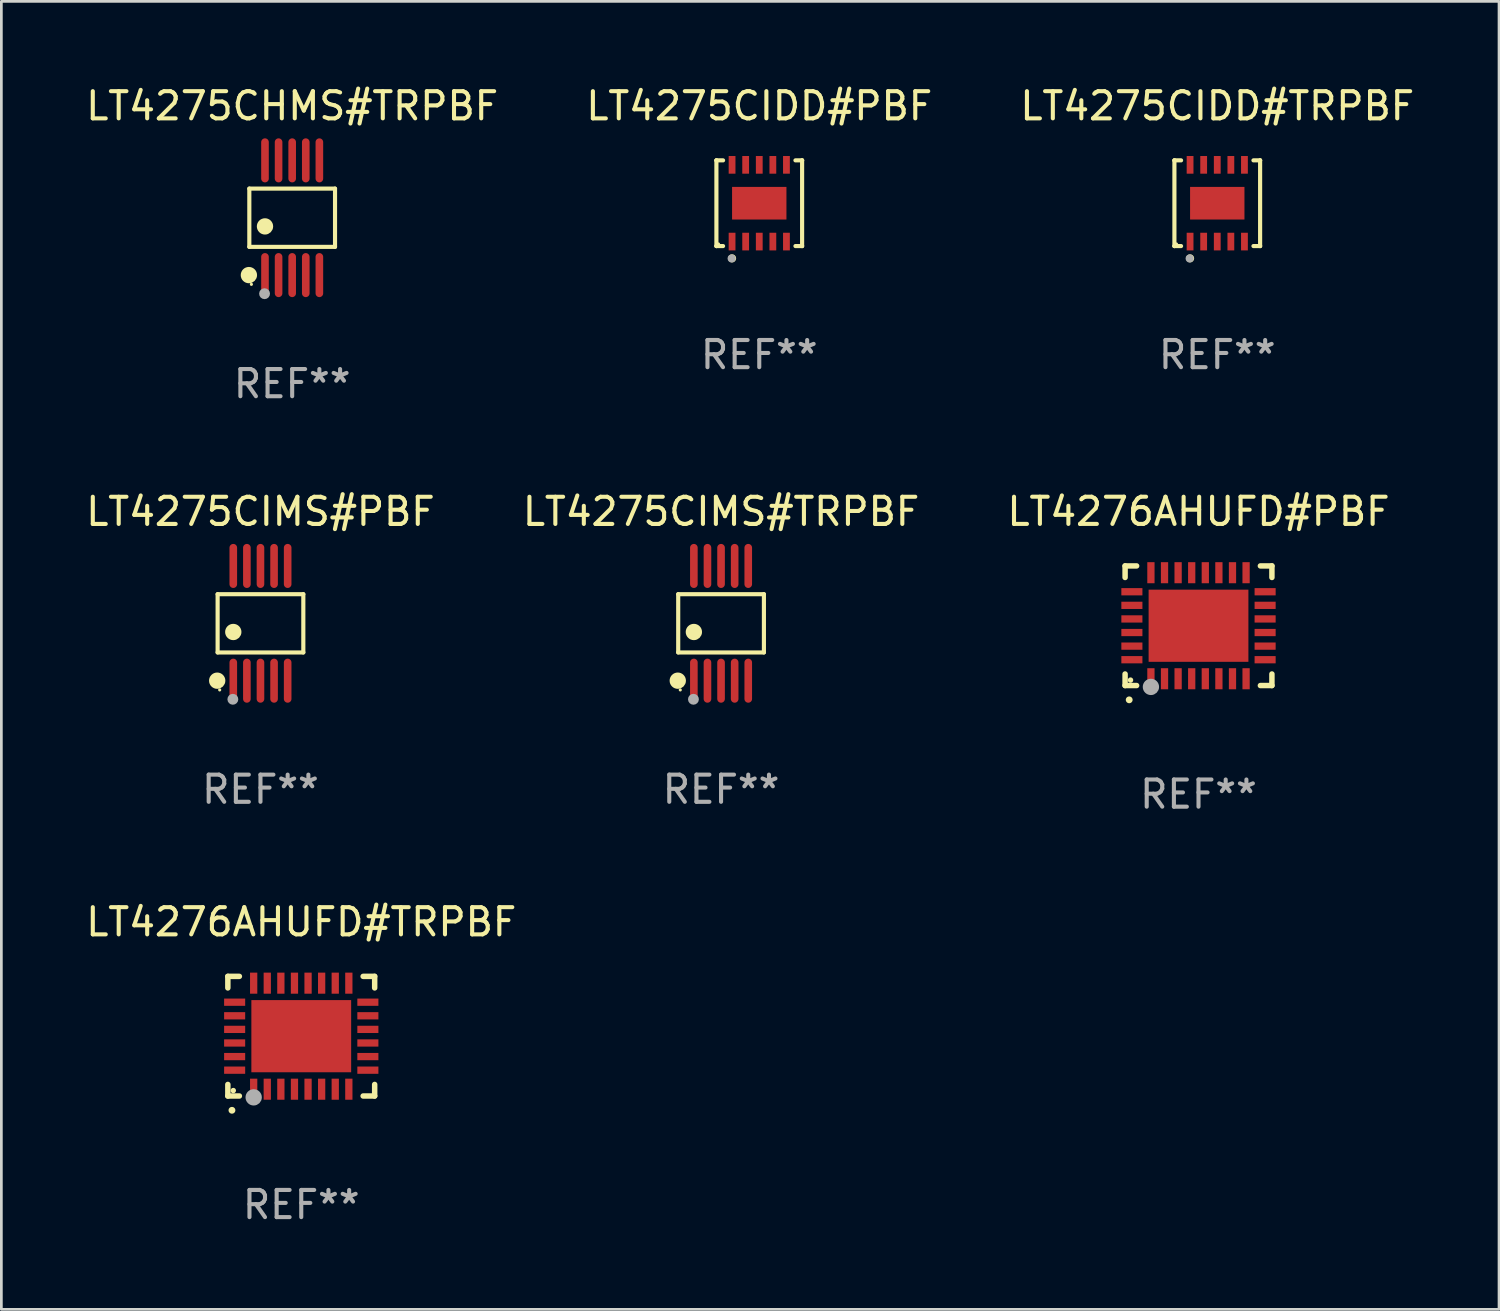
<source format=kicad_pcb>
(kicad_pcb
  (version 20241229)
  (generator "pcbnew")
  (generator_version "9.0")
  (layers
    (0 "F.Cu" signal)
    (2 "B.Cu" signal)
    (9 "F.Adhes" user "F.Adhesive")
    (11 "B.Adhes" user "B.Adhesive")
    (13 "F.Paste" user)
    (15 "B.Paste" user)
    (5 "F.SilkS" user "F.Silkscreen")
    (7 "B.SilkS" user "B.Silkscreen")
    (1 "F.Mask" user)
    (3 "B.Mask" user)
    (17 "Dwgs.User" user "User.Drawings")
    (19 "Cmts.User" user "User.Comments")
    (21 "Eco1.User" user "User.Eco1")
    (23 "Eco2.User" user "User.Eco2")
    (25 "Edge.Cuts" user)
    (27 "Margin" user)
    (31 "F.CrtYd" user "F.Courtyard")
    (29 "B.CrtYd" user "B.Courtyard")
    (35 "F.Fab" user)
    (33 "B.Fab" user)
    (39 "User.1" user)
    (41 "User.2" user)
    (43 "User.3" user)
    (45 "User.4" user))
  (footprint "LT4276AHUFD#TRPBF"
    (layer "F.Cu")
    (at 8.03 35.06)
    (property "Reference" "LT4276AHUFD#TRPBF" (at 0 -4.2 0) (layer "F.SilkS") (effects (font (size 1 1) (thickness 0.15))))
    (attr through_hole)
    (fp_line (start -2.7 -2.2) (end -2.276 -2.2) (stroke (width 0.201) (type solid)) (layer "F.SilkS"))
    (fp_line (start -2.7 -1.775) (end -2.7 -2.2) (stroke (width 0.201) (type solid)) (layer "F.SilkS"))
    (fp_line (start -2.7 2.2) (end -2.7 1.775) (stroke (width 0.201) (type solid)) (layer "F.SilkS"))
    (fp_line (start -2.276 2.2) (end -2.7 2.2) (stroke (width 0.201) (type solid)) (layer "F.SilkS"))
    (fp_line (start 2.276 2.2) (end 2.7 2.2) (stroke (width 0.201) (type solid)) (layer "F.SilkS"))
    (fp_line (start 2.7 -2.2) (end 2.276 -2.2) (stroke (width 0.201) (type solid)) (layer "F.SilkS"))
    (fp_line (start 2.7 -1.775) (end 2.7 -2.2) (stroke (width 0.201) (type solid)) (layer "F.SilkS"))
    (fp_line (start 2.7 2.2) (end 2.7 1.775) (stroke (width 0.201) (type solid)) (layer "F.SilkS"))
    (fp_arc (start -2.550165 2.725425) (mid -2.548895 2.725419) (end -2.547625 2.725425) (stroke (width 0.24892) (type solid)) (layer "F.SilkS"))
    (fp_circle (center -2.5 2) (end -2.45 2) (stroke (width 0.1) (type solid)) (fill no) (layer "F.SilkS"))
    (fp_circle (center -1.75 2.25) (end -1.6 2.25) (stroke (width 0.3) (type solid)) (fill no) (layer "F.Fab"))
    (fp_text user "REF**" (at 0 6.2 0) (layer "F.Fab") (effects (font (size 1 1) (thickness 0.15))))
    (pad "1" smd rect (at -1.75 1.95) (size 0.267 0.775) (layers "F.Cu" "F.Mask" "F.Paste"))
    (pad "2" smd rect (at -1.25 1.95) (size 0.267 0.775) (layers "F.Cu" "F.Mask" "F.Paste"))
    (pad "3" smd rect (at -0.75 1.95) (size 0.267 0.775) (layers "F.Cu" "F.Mask" "F.Paste"))
    (pad "4" smd rect (at -0.25 1.95) (size 0.267 0.775) (layers "F.Cu" "F.Mask" "F.Paste"))
    (pad "5" smd rect (at 0.25 1.95) (size 0.267 0.775) (layers "F.Cu" "F.Mask" "F.Paste"))
    (pad "6" smd rect (at 0.75 1.95) (size 0.267 0.775) (layers "F.Cu" "F.Mask" "F.Paste"))
    (pad "7" smd rect (at 1.25 1.95) (size 0.267 0.775) (layers "F.Cu" "F.Mask" "F.Paste"))
    (pad "8" smd rect (at 1.75 1.95) (size 0.267 0.775) (layers "F.Cu" "F.Mask" "F.Paste"))
    (pad "9" smd rect (at 2.45 1.25) (size 0.775 0.267) (layers "F.Cu" "F.Mask" "F.Paste"))
    (pad "10" smd rect (at 2.45 0.75) (size 0.775 0.267) (layers "F.Cu" "F.Mask" "F.Paste"))
    (pad "11" smd rect (at 2.45 0.25) (size 0.775 0.267) (layers "F.Cu" "F.Mask" "F.Paste"))
    (pad "12" smd rect (at 2.45 -0.25) (size 0.775 0.267) (layers "F.Cu" "F.Mask" "F.Paste"))
    (pad "13" smd rect (at 2.45 -0.75) (size 0.775 0.267) (layers "F.Cu" "F.Mask" "F.Paste"))
    (pad "14" smd rect (at 2.45 -1.25) (size 0.775 0.267) (layers "F.Cu" "F.Mask" "F.Paste"))
    (pad "15" smd rect (at 1.75 -1.95) (size 0.267 0.775) (layers "F.Cu" "F.Mask" "F.Paste"))
    (pad "16" smd rect (at 1.25 -1.95) (size 0.267 0.775) (layers "F.Cu" "F.Mask" "F.Paste"))
    (pad "17" smd rect (at 0.75 -1.95) (size 0.267 0.775) (layers "F.Cu" "F.Mask" "F.Paste"))
    (pad "18" smd rect (at 0.25 -1.95) (size 0.267 0.775) (layers "F.Cu" "F.Mask" "F.Paste"))
    (pad "19" smd rect (at -0.25 -1.95) (size 0.267 0.775) (layers "F.Cu" "F.Mask" "F.Paste"))
    (pad "20" smd rect (at -0.75 -1.95) (size 0.267 0.775) (layers "F.Cu" "F.Mask" "F.Paste"))
    (pad "21" smd rect (at -1.25 -1.95) (size 0.267 0.775) (layers "F.Cu" "F.Mask" "F.Paste"))
    (pad "22" smd rect (at -1.75 -1.95) (size 0.267 0.775) (layers "F.Cu" "F.Mask" "F.Paste"))
    (pad "23" smd rect (at -2.45 -1.25) (size 0.775 0.267) (layers "F.Cu" "F.Mask" "F.Paste"))
    (pad "24" smd rect (at -2.45 -0.75) (size 0.775 0.267) (layers "F.Cu" "F.Mask" "F.Paste"))
    (pad "25" smd rect (at -2.45 -0.25) (size 0.775 0.267) (layers "F.Cu" "F.Mask" "F.Paste"))
    (pad "26" smd rect (at -2.45 0.25) (size 0.775 0.267) (layers "F.Cu" "F.Mask" "F.Paste"))
    (pad "27" smd rect (at -2.45 0.75) (size 0.775 0.267) (layers "F.Cu" "F.Mask" "F.Paste"))
    (pad "28" smd rect (at -2.45 1.25) (size 0.775 0.267) (layers "F.Cu" "F.Mask" "F.Paste"))
    (pad "29" smd rect (at 0.000127 0.000127) (size 3.67 2.654) (layers "F.Cu" "F.Mask" "F.Paste")))
  (footprint "LT4275CHMS#TRPBF"
    (layer "F.Cu")
    (at 7.696 4.958)
    (property "Reference" "LT4275CHMS#TRPBF" (at 0 -4.11 0) (layer "F.SilkS") (effects (font (size 1 1) (thickness 0.15))))
    (attr through_hole)
    (fp_line (start -1.576 -1.071) (end 1.576 -1.071) (stroke (width 0.152) (type solid)) (layer "F.SilkS"))
    (fp_line (start -1.576 1.071) (end -1.576 -1.071) (stroke (width 0.152) (type solid)) (layer "F.SilkS"))
    (fp_line (start 1.576 -1.071) (end 1.576 1.071) (stroke (width 0.152) (type solid)) (layer "F.SilkS"))
    (fp_line (start 1.576 1.071) (end -1.576 1.071) (stroke (width 0.152) (type solid)) (layer "F.SilkS"))
    (fp_circle (center -1.592 2.11) (end -1.442 2.11) (stroke (width 0.3) (type solid)) (fill no) (layer "F.SilkS"))
    (fp_circle (center -1.5 2.45) (end -1.47 2.45) (stroke (width 0.06) (type solid)) (fill no) (layer "F.SilkS"))
    (fp_circle (center -1 0.319) (end -0.85 0.319) (stroke (width 0.3) (type solid)) (fill no) (layer "F.SilkS"))
    (fp_circle (center -1.016 2.794) (end -0.916 2.794) (stroke (width 0.2) (type solid)) (fill no) (layer "F.Fab"))
    (fp_text user "REF**" (at 0 6.11 0) (layer "F.Fab") (effects (font (size 1 1) (thickness 0.15))))
    (pad "1" smd oval (at -1 2.11) (size 0.28 1.62) (layers "F.Cu" "F.Mask" "F.Paste"))
    (pad "2" smd oval (at -0.5 2.11) (size 0.28 1.62) (layers "F.Cu" "F.Mask" "F.Paste"))
    (pad "3" smd oval (at 0 2.11) (size 0.28 1.62) (layers "F.Cu" "F.Mask" "F.Paste"))
    (pad "4" smd oval (at 0.5 2.11) (size 0.28 1.62) (layers "F.Cu" "F.Mask" "F.Paste"))
    (pad "5" smd oval (at 1 2.11) (size 0.28 1.62) (layers "F.Cu" "F.Mask" "F.Paste"))
    (pad "6" smd oval (at 1 -2.11) (size 0.28 1.62) (layers "F.Cu" "F.Mask" "F.Paste"))
    (pad "7" smd oval (at 0.5 -2.11) (size 0.28 1.62) (layers "F.Cu" "F.Mask" "F.Paste"))
    (pad "8" smd oval (at 0 -2.11) (size 0.28 1.62) (layers "F.Cu" "F.Mask" "F.Paste"))
    (pad "9" smd oval (at -0.5 -2.11) (size 0.28 1.62) (layers "F.Cu" "F.Mask" "F.Paste"))
    (pad "10" smd oval (at -1 -2.11) (size 0.28 1.62) (layers "F.Cu" "F.Mask" "F.Paste")))
  (footprint "LT4276AHUFD#PBF"
    (layer "F.Cu")
    (at 41.03 19.964)
    (property "Reference" "LT4276AHUFD#PBF" (at 0 -4.2 0) (layer "F.SilkS") (effects (font (size 1 1) (thickness 0.15))))
    (attr through_hole)
    (fp_line (start -2.7 -2.2) (end -2.276 -2.2) (stroke (width 0.201) (type solid)) (layer "F.SilkS"))
    (fp_line (start -2.7 -1.775) (end -2.7 -2.2) (stroke (width 0.201) (type solid)) (layer "F.SilkS"))
    (fp_line (start -2.7 2.2) (end -2.7 1.775) (stroke (width 0.201) (type solid)) (layer "F.SilkS"))
    (fp_line (start -2.276 2.2) (end -2.7 2.2) (stroke (width 0.201) (type solid)) (layer "F.SilkS"))
    (fp_line (start 2.276 2.2) (end 2.7 2.2) (stroke (width 0.201) (type solid)) (layer "F.SilkS"))
    (fp_line (start 2.7 -2.2) (end 2.276 -2.2) (stroke (width 0.201) (type solid)) (layer "F.SilkS"))
    (fp_line (start 2.7 -1.775) (end 2.7 -2.2) (stroke (width 0.201) (type solid)) (layer "F.SilkS"))
    (fp_line (start 2.7 2.2) (end 2.7 1.775) (stroke (width 0.201) (type solid)) (layer "F.SilkS"))
    (fp_arc (start -2.550165 2.725425) (mid -2.548895 2.725419) (end -2.547625 2.725425) (stroke (width 0.24892) (type solid)) (layer "F.SilkS"))
    (fp_circle (center -2.5 2) (end -2.45 2) (stroke (width 0.1) (type solid)) (fill no) (layer "F.SilkS"))
    (fp_circle (center -1.75 2.25) (end -1.6 2.25) (stroke (width 0.3) (type solid)) (fill no) (layer "F.Fab"))
    (fp_text user "REF**" (at 0 6.2 0) (layer "F.Fab") (effects (font (size 1 1) (thickness 0.15))))
    (pad "1" smd rect (at -1.75 1.95) (size 0.267 0.775) (layers "F.Cu" "F.Mask" "F.Paste"))
    (pad "2" smd rect (at -1.25 1.95) (size 0.267 0.775) (layers "F.Cu" "F.Mask" "F.Paste"))
    (pad "3" smd rect (at -0.75 1.95) (size 0.267 0.775) (layers "F.Cu" "F.Mask" "F.Paste"))
    (pad "4" smd rect (at -0.25 1.95) (size 0.267 0.775) (layers "F.Cu" "F.Mask" "F.Paste"))
    (pad "5" smd rect (at 0.25 1.95) (size 0.267 0.775) (layers "F.Cu" "F.Mask" "F.Paste"))
    (pad "6" smd rect (at 0.75 1.95) (size 0.267 0.775) (layers "F.Cu" "F.Mask" "F.Paste"))
    (pad "7" smd rect (at 1.25 1.95) (size 0.267 0.775) (layers "F.Cu" "F.Mask" "F.Paste"))
    (pad "8" smd rect (at 1.75 1.95) (size 0.267 0.775) (layers "F.Cu" "F.Mask" "F.Paste"))
    (pad "9" smd rect (at 2.45 1.25) (size 0.775 0.267) (layers "F.Cu" "F.Mask" "F.Paste"))
    (pad "10" smd rect (at 2.45 0.75) (size 0.775 0.267) (layers "F.Cu" "F.Mask" "F.Paste"))
    (pad "11" smd rect (at 2.45 0.25) (size 0.775 0.267) (layers "F.Cu" "F.Mask" "F.Paste"))
    (pad "12" smd rect (at 2.45 -0.25) (size 0.775 0.267) (layers "F.Cu" "F.Mask" "F.Paste"))
    (pad "13" smd rect (at 2.45 -0.75) (size 0.775 0.267) (layers "F.Cu" "F.Mask" "F.Paste"))
    (pad "14" smd rect (at 2.45 -1.25) (size 0.775 0.267) (layers "F.Cu" "F.Mask" "F.Paste"))
    (pad "15" smd rect (at 1.75 -1.95) (size 0.267 0.775) (layers "F.Cu" "F.Mask" "F.Paste"))
    (pad "16" smd rect (at 1.25 -1.95) (size 0.267 0.775) (layers "F.Cu" "F.Mask" "F.Paste"))
    (pad "17" smd rect (at 0.75 -1.95) (size 0.267 0.775) (layers "F.Cu" "F.Mask" "F.Paste"))
    (pad "18" smd rect (at 0.25 -1.95) (size 0.267 0.775) (layers "F.Cu" "F.Mask" "F.Paste"))
    (pad "19" smd rect (at -0.25 -1.95) (size 0.267 0.775) (layers "F.Cu" "F.Mask" "F.Paste"))
    (pad "20" smd rect (at -0.75 -1.95) (size 0.267 0.775) (layers "F.Cu" "F.Mask" "F.Paste"))
    (pad "21" smd rect (at -1.25 -1.95) (size 0.267 0.775) (layers "F.Cu" "F.Mask" "F.Paste"))
    (pad "22" smd rect (at -1.75 -1.95) (size 0.267 0.775) (layers "F.Cu" "F.Mask" "F.Paste"))
    (pad "23" smd rect (at -2.45 -1.25) (size 0.775 0.267) (layers "F.Cu" "F.Mask" "F.Paste"))
    (pad "24" smd rect (at -2.45 -0.75) (size 0.775 0.267) (layers "F.Cu" "F.Mask" "F.Paste"))
    (pad "25" smd rect (at -2.45 -0.25) (size 0.775 0.267) (layers "F.Cu" "F.Mask" "F.Paste"))
    (pad "26" smd rect (at -2.45 0.25) (size 0.775 0.267) (layers "F.Cu" "F.Mask" "F.Paste"))
    (pad "27" smd rect (at -2.45 0.75) (size 0.775 0.267) (layers "F.Cu" "F.Mask" "F.Paste"))
    (pad "28" smd rect (at -2.45 1.25) (size 0.775 0.267) (layers "F.Cu" "F.Mask" "F.Paste"))
    (pad "29" smd rect (at 0.000127 0.000127) (size 3.67 2.654) (layers "F.Cu" "F.Mask" "F.Paste")))
  (footprint "LT4275CIDD#TRPBF"
    (layer "F.Cu")
    (at 41.72 4.424)
    (property "Reference" "LT4275CIDD#TRPBF" (at 0 -3.576 0) (layer "F.SilkS") (effects (font (size 1 1) (thickness 0.15))))
    (attr through_hole)
    (fp_line (start -1.576 -1.576) (end -1.576 -1.576) (stroke (width 0.152) (type solid)) (layer "F.SilkS"))
    (fp_line (start -1.576 -1.576) (end -1.331 -1.576) (stroke (width 0.152) (type solid)) (layer "F.SilkS"))
    (fp_line (start -1.576 1.576) (end -1.576 -1.576) (stroke (width 0.152) (type solid)) (layer "F.SilkS"))
    (fp_line (start -1.576 1.576) (end -1.576 1.576) (stroke (width 0.152) (type solid)) (layer "F.SilkS"))
    (fp_line (start -1.331 1.576) (end -1.576 1.576) (stroke (width 0.152) (type solid)) (layer "F.SilkS"))
    (fp_line (start 1.331 1.576) (end 1.576 1.576) (stroke (width 0.152) (type solid)) (layer "F.SilkS"))
    (fp_line (start 1.576 -1.576) (end 1.331 -1.576) (stroke (width 0.152) (type solid)) (layer "F.SilkS"))
    (fp_line (start 1.576 -1.576) (end 1.576 -1.576) (stroke (width 0.152) (type solid)) (layer "F.SilkS"))
    (fp_line (start 1.576 1.576) (end 1.576 -1.576) (stroke (width 0.152) (type solid)) (layer "F.SilkS"))
    (fp_line (start 1.576 1.576) (end 1.576 1.576) (stroke (width 0.152) (type solid)) (layer "F.SilkS"))
    (fp_circle (center -1.5 1.5) (end -1.47 1.5) (stroke (width 0.06) (type solid)) (fill no) (layer "F.SilkS"))
    (fp_circle (center -1 2.028) (end -0.925 2.028) (stroke (width 0.15) (type solid)) (fill no) (layer "F.SilkS"))
    (fp_circle (center -1.016 2.032) (end -0.941 2.032) (stroke (width 0.15) (type solid)) (fill no) (layer "F.Fab"))
    (fp_text user "REF**" (at 0 5.576 0) (layer "F.Fab") (effects (font (size 1 1) (thickness 0.15))))
    (pad "1" smd rect (at -1 1.411) (size 0.25 0.65) (layers "F.Cu" "F.Mask" "F.Paste"))
    (pad "2" smd rect (at -0.5 1.411) (size 0.25 0.65) (layers "F.Cu" "F.Mask" "F.Paste"))
    (pad "3" smd rect (at 0 1.411) (size 0.25 0.65) (layers "F.Cu" "F.Mask" "F.Paste"))
    (pad "4" smd rect (at 0.5 1.411) (size 0.25 0.65) (layers "F.Cu" "F.Mask" "F.Paste"))
    (pad "5" smd rect (at 1 1.411) (size 0.25 0.65) (layers "F.Cu" "F.Mask" "F.Paste"))
    (pad "6" smd rect (at 1 -1.411) (size 0.25 0.65) (layers "F.Cu" "F.Mask" "F.Paste"))
    (pad "7" smd rect (at 0.5 -1.411) (size 0.25 0.65) (layers "F.Cu" "F.Mask" "F.Paste"))
    (pad "8" smd rect (at 0 -1.411) (size 0.25 0.65) (layers "F.Cu" "F.Mask" "F.Paste"))
    (pad "9" smd rect (at -0.5 -1.411) (size 0.25 0.65) (layers "F.Cu" "F.Mask" "F.Paste"))
    (pad "10" smd rect (at -1 -1.411) (size 0.25 0.65) (layers "F.Cu" "F.Mask" "F.Paste"))
    (pad "11" smd rect (at 0 0) (size 2 1.2) (layers "F.Cu" "F.Mask" "F.Paste")))
  (footprint "LT4275CIDD#PBF"
    (layer "F.Cu")
    (at 24.875 4.424)
    (property "Reference" "LT4275CIDD#PBF" (at 0 -3.576 0) (layer "F.SilkS") (effects (font (size 1 1) (thickness 0.15))))
    (attr through_hole)
    (fp_line (start -1.576 -1.576) (end -1.576 -1.576) (stroke (width 0.152) (type solid)) (layer "F.SilkS"))
    (fp_line (start -1.576 -1.576) (end -1.331 -1.576) (stroke (width 0.152) (type solid)) (layer "F.SilkS"))
    (fp_line (start -1.576 1.576) (end -1.576 -1.576) (stroke (width 0.152) (type solid)) (layer "F.SilkS"))
    (fp_line (start -1.576 1.576) (end -1.576 1.576) (stroke (width 0.152) (type solid)) (layer "F.SilkS"))
    (fp_line (start -1.331 1.576) (end -1.576 1.576) (stroke (width 0.152) (type solid)) (layer "F.SilkS"))
    (fp_line (start 1.331 1.576) (end 1.576 1.576) (stroke (width 0.152) (type solid)) (layer "F.SilkS"))
    (fp_line (start 1.576 -1.576) (end 1.331 -1.576) (stroke (width 0.152) (type solid)) (layer "F.SilkS"))
    (fp_line (start 1.576 -1.576) (end 1.576 -1.576) (stroke (width 0.152) (type solid)) (layer "F.SilkS"))
    (fp_line (start 1.576 1.576) (end 1.576 -1.576) (stroke (width 0.152) (type solid)) (layer "F.SilkS"))
    (fp_line (start 1.576 1.576) (end 1.576 1.576) (stroke (width 0.152) (type solid)) (layer "F.SilkS"))
    (fp_circle (center -1.5 1.5) (end -1.47 1.5) (stroke (width 0.06) (type solid)) (fill no) (layer "F.SilkS"))
    (fp_circle (center -1 2.028) (end -0.925 2.028) (stroke (width 0.15) (type solid)) (fill no) (layer "F.SilkS"))
    (fp_circle (center -1.016 2.032) (end -0.941 2.032) (stroke (width 0.15) (type solid)) (fill no) (layer "F.Fab"))
    (fp_text user "REF**" (at 0 5.576 0) (layer "F.Fab") (effects (font (size 1 1) (thickness 0.15))))
    (pad "1" smd rect (at -1 1.411) (size 0.25 0.65) (layers "F.Cu" "F.Mask" "F.Paste"))
    (pad "2" smd rect (at -0.5 1.411) (size 0.25 0.65) (layers "F.Cu" "F.Mask" "F.Paste"))
    (pad "3" smd rect (at 0 1.411) (size 0.25 0.65) (layers "F.Cu" "F.Mask" "F.Paste"))
    (pad "4" smd rect (at 0.5 1.411) (size 0.25 0.65) (layers "F.Cu" "F.Mask" "F.Paste"))
    (pad "5" smd rect (at 1 1.411) (size 0.25 0.65) (layers "F.Cu" "F.Mask" "F.Paste"))
    (pad "6" smd rect (at 1 -1.411) (size 0.25 0.65) (layers "F.Cu" "F.Mask" "F.Paste"))
    (pad "7" smd rect (at 0.5 -1.411) (size 0.25 0.65) (layers "F.Cu" "F.Mask" "F.Paste"))
    (pad "8" smd rect (at 0 -1.411) (size 0.25 0.65) (layers "F.Cu" "F.Mask" "F.Paste"))
    (pad "9" smd rect (at -0.5 -1.411) (size 0.25 0.65) (layers "F.Cu" "F.Mask" "F.Paste"))
    (pad "10" smd rect (at -1 -1.411) (size 0.25 0.65) (layers "F.Cu" "F.Mask" "F.Paste"))
    (pad "11" smd rect (at 0 0) (size 2 1.2) (layers "F.Cu" "F.Mask" "F.Paste")))
  (footprint "LT4275CIMS#PBF"
    (layer "F.Cu")
    (at 6.53 19.875)
    (property "Reference" "LT4275CIMS#PBF" (at 0 -4.11 0) (layer "F.SilkS") (effects (font (size 1 1) (thickness 0.15))))
    (attr through_hole)
    (fp_line (start -1.576 -1.071) (end 1.576 -1.071) (stroke (width 0.152) (type solid)) (layer "F.SilkS"))
    (fp_line (start -1.576 1.071) (end -1.576 -1.071) (stroke (width 0.152) (type solid)) (layer "F.SilkS"))
    (fp_line (start 1.576 -1.071) (end 1.576 1.071) (stroke (width 0.152) (type solid)) (layer "F.SilkS"))
    (fp_line (start 1.576 1.071) (end -1.576 1.071) (stroke (width 0.152) (type solid)) (layer "F.SilkS"))
    (fp_circle (center -1.592 2.11) (end -1.442 2.11) (stroke (width 0.3) (type solid)) (fill no) (layer "F.SilkS"))
    (fp_circle (center -1.5 2.45) (end -1.47 2.45) (stroke (width 0.06) (type solid)) (fill no) (layer "F.SilkS"))
    (fp_circle (center -1 0.319) (end -0.85 0.319) (stroke (width 0.3) (type solid)) (fill no) (layer "F.SilkS"))
    (fp_circle (center -1.016 2.794) (end -0.916 2.794) (stroke (width 0.2) (type solid)) (fill no) (layer "F.Fab"))
    (fp_text user "REF**" (at 0 6.11 0) (layer "F.Fab") (effects (font (size 1 1) (thickness 0.15))))
    (pad "1" smd oval (at -1 2.11) (size 0.28 1.62) (layers "F.Cu" "F.Mask" "F.Paste"))
    (pad "2" smd oval (at -0.5 2.11) (size 0.28 1.62) (layers "F.Cu" "F.Mask" "F.Paste"))
    (pad "3" smd oval (at 0 2.11) (size 0.28 1.62) (layers "F.Cu" "F.Mask" "F.Paste"))
    (pad "4" smd oval (at 0.5 2.11) (size 0.28 1.62) (layers "F.Cu" "F.Mask" "F.Paste"))
    (pad "5" smd oval (at 1 2.11) (size 0.28 1.62) (layers "F.Cu" "F.Mask" "F.Paste"))
    (pad "6" smd oval (at 1 -2.11) (size 0.28 1.62) (layers "F.Cu" "F.Mask" "F.Paste"))
    (pad "7" smd oval (at 0.5 -2.11) (size 0.28 1.62) (layers "F.Cu" "F.Mask" "F.Paste"))
    (pad "8" smd oval (at 0 -2.11) (size 0.28 1.62) (layers "F.Cu" "F.Mask" "F.Paste"))
    (pad "9" smd oval (at -0.5 -2.11) (size 0.28 1.62) (layers "F.Cu" "F.Mask" "F.Paste"))
    (pad "10" smd oval (at -1 -2.11) (size 0.28 1.62) (layers "F.Cu" "F.Mask" "F.Paste")))
  (footprint "LT4275CIMS#TRPBF"
    (layer "F.Cu")
    (at 23.47 19.875)
    (property "Reference" "LT4275CIMS#TRPBF" (at 0 -4.11 0) (layer "F.SilkS") (effects (font (size 1 1) (thickness 0.15))))
    (attr through_hole)
    (fp_line (start -1.576 -1.071) (end 1.576 -1.071) (stroke (width 0.152) (type solid)) (layer "F.SilkS"))
    (fp_line (start -1.576 1.071) (end -1.576 -1.071) (stroke (width 0.152) (type solid)) (layer "F.SilkS"))
    (fp_line (start 1.576 -1.071) (end 1.576 1.071) (stroke (width 0.152) (type solid)) (layer "F.SilkS"))
    (fp_line (start 1.576 1.071) (end -1.576 1.071) (stroke (width 0.152) (type solid)) (layer "F.SilkS"))
    (fp_circle (center -1.592 2.11) (end -1.442 2.11) (stroke (width 0.3) (type solid)) (fill no) (layer "F.SilkS"))
    (fp_circle (center -1.5 2.45) (end -1.47 2.45) (stroke (width 0.06) (type solid)) (fill no) (layer "F.SilkS"))
    (fp_circle (center -1 0.319) (end -0.85 0.319) (stroke (width 0.3) (type solid)) (fill no) (layer "F.SilkS"))
    (fp_circle (center -1.016 2.794) (end -0.916 2.794) (stroke (width 0.2) (type solid)) (fill no) (layer "F.Fab"))
    (fp_text user "REF**" (at 0 6.11 0) (layer "F.Fab") (effects (font (size 1 1) (thickness 0.15))))
    (pad "1" smd oval (at -1 2.11) (size 0.28 1.62) (layers "F.Cu" "F.Mask" "F.Paste"))
    (pad "2" smd oval (at -0.5 2.11) (size 0.28 1.62) (layers "F.Cu" "F.Mask" "F.Paste"))
    (pad "3" smd oval (at 0 2.11) (size 0.28 1.62) (layers "F.Cu" "F.Mask" "F.Paste"))
    (pad "4" smd oval (at 0.5 2.11) (size 0.28 1.62) (layers "F.Cu" "F.Mask" "F.Paste"))
    (pad "5" smd oval (at 1 2.11) (size 0.28 1.62) (layers "F.Cu" "F.Mask" "F.Paste"))
    (pad "6" smd oval (at 1 -2.11) (size 0.28 1.62) (layers "F.Cu" "F.Mask" "F.Paste"))
    (pad "7" smd oval (at 0.5 -2.11) (size 0.28 1.62) (layers "F.Cu" "F.Mask" "F.Paste"))
    (pad "8" smd oval (at 0 -2.11) (size 0.28 1.62) (layers "F.Cu" "F.Mask" "F.Paste"))
    (pad "9" smd oval (at -0.5 -2.11) (size 0.28 1.62) (layers "F.Cu" "F.Mask" "F.Paste"))
    (pad "10" smd oval (at -1 -2.11) (size 0.28 1.62) (layers "F.Cu" "F.Mask" "F.Paste")))
  (gr_rect
    (start -3 -3)
    (end 52.083 45.108)
    (stroke (width 0.1) (type default))
    (fill no)
    (layer "Edge.Cuts")))
</source>
